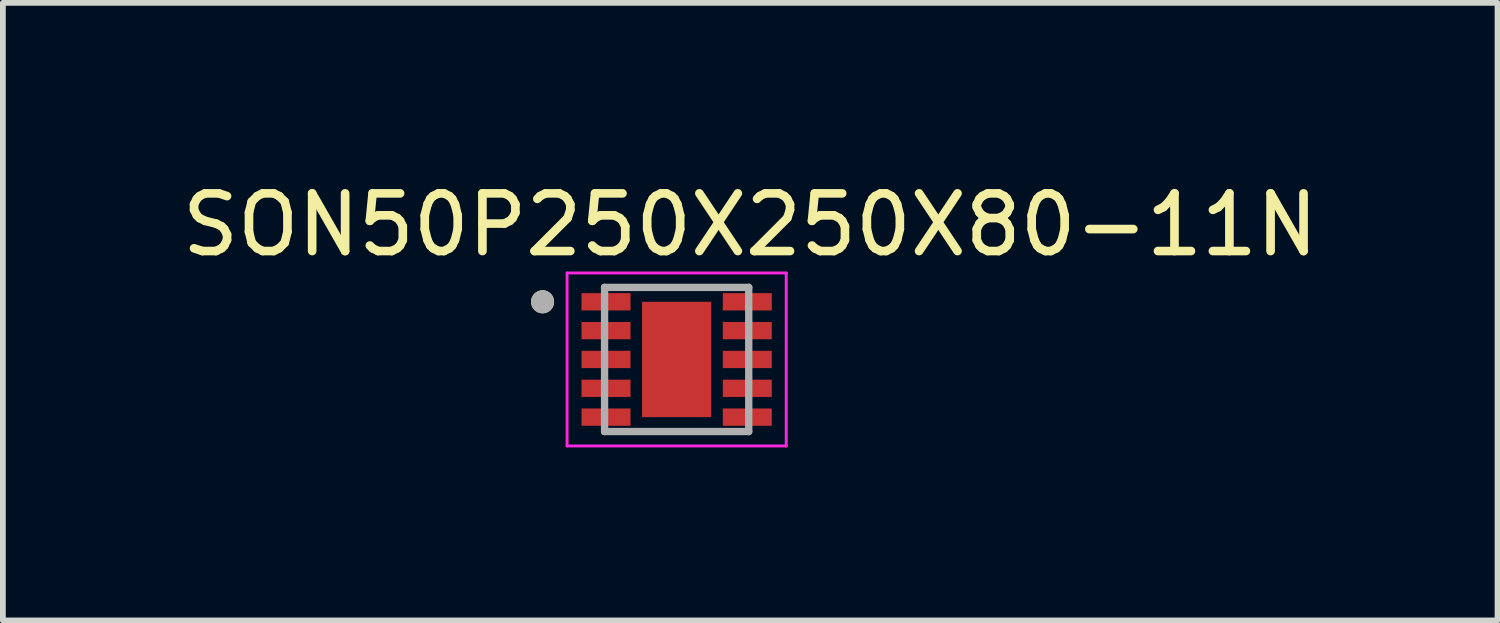
<source format=kicad_pcb>
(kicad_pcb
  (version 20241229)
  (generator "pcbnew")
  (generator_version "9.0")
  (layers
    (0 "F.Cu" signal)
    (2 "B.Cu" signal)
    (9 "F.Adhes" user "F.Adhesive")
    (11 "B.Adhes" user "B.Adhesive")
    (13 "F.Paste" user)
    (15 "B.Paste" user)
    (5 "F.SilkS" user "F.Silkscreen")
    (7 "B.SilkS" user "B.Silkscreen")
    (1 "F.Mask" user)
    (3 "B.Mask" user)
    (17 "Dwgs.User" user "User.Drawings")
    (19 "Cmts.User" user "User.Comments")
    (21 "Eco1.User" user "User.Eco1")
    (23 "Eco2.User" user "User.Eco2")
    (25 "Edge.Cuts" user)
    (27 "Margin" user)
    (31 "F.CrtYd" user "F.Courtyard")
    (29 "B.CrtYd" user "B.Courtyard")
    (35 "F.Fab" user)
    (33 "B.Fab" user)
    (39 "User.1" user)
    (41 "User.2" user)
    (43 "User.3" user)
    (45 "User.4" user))
  (footprint "SON50P250X250X80-11N"
    (layer "F.Cu")
    (at 8.683 3.183)
    (property "Reference" "SON50P250X250X80-11N" (at 1.275 -2.335 0) (layer "F.SilkS") (effects (font (size 1 1) (thickness 0.15))))
    (attr smd)
    (fp_poly (pts (xy -1.7 -1.2) (xy -0.75 -1.2) (xy -0.75 -0.8) (xy -1.7 -0.8)) (stroke (width 0.01) (type solid)) (fill yes) (layer "F.Mask"))
    (fp_poly (pts (xy -1.7 -0.7) (xy -0.75 -0.7) (xy -0.75 -0.3) (xy -1.7 -0.3)) (stroke (width 0.01) (type solid)) (fill yes) (layer "F.Mask"))
    (fp_poly (pts (xy -1.7 -0.2) (xy -0.75 -0.2) (xy -0.75 0.2) (xy -1.7 0.2)) (stroke (width 0.01) (type solid)) (fill yes) (layer "F.Mask"))
    (fp_poly (pts (xy -1.7 0.3) (xy -0.75 0.3) (xy -0.75 0.7) (xy -1.7 0.7)) (stroke (width 0.01) (type solid)) (fill yes) (layer "F.Mask"))
    (fp_poly (pts (xy -1.7 0.8) (xy -0.75 0.8) (xy -0.75 1.2) (xy -1.7 1.2)) (stroke (width 0.01) (type solid)) (fill yes) (layer "F.Mask"))
    (fp_poly (pts (xy -0.65 -1.05) (xy 0.65 -1.05) (xy 0.65 1.05) (xy -0.65 1.05)) (stroke (width 0.01) (type solid)) (fill yes) (layer "F.Mask"))
    (fp_poly (pts (xy 0.75 -1.2) (xy 1.7 -1.2) (xy 1.7 -0.8) (xy 0.75 -0.8)) (stroke (width 0.01) (type solid)) (fill yes) (layer "F.Mask"))
    (fp_poly (pts (xy 0.75 -0.7) (xy 1.7 -0.7) (xy 1.7 -0.3) (xy 0.75 -0.3)) (stroke (width 0.01) (type solid)) (fill yes) (layer "F.Mask"))
    (fp_poly (pts (xy 0.75 -0.2) (xy 1.7 -0.2) (xy 1.7 0.2) (xy 0.75 0.2)) (stroke (width 0.01) (type solid)) (fill yes) (layer "F.Mask"))
    (fp_poly (pts (xy 0.75 0.3) (xy 1.7 0.3) (xy 1.7 0.7) (xy 0.75 0.7)) (stroke (width 0.01) (type solid)) (fill yes) (layer "F.Mask"))
    (fp_poly (pts (xy 0.75 0.8) (xy 1.7 0.8) (xy 1.7 1.2) (xy 0.75 1.2)) (stroke (width 0.01) (type solid)) (fill yes) (layer "F.Mask"))
    (fp_circle (center -2.325 -1) (end -2.225 -1) (stroke (width 0.2) (type solid)) (fill no) (layer "F.SilkS"))
    (fp_poly (pts (xy -0.379 -0.632) (xy 0.379 -0.632) (xy 0.379 0.632) (xy -0.379 0.632)) (stroke (width 0.01) (type solid)) (fill yes) (layer "F.Paste"))
    (fp_line (start -1.9 -1.5) (end -1.9 1.5) (stroke (width 0.05) (type solid)) (layer "F.CrtYd"))
    (fp_line (start -1.9 1.5) (end 1.9 1.5) (stroke (width 0.05) (type solid)) (layer "F.CrtYd"))
    (fp_line (start 1.9 -1.5) (end -1.9 -1.5) (stroke (width 0.05) (type solid)) (layer "F.CrtYd"))
    (fp_line (start 1.9 1.5) (end 1.9 -1.5) (stroke (width 0.05) (type solid)) (layer "F.CrtYd"))
    (fp_line (start -1.25 -1.25) (end 1.25 -1.25) (stroke (width 0.127) (type solid)) (layer "F.Fab"))
    (fp_line (start -1.25 1.25) (end -1.25 -1.25) (stroke (width 0.127) (type solid)) (layer "F.Fab"))
    (fp_line (start 1.25 -1.25) (end 1.25 1.25) (stroke (width 0.127) (type solid)) (layer "F.Fab"))
    (fp_line (start 1.25 1.25) (end -1.25 1.25) (stroke (width 0.127) (type solid)) (layer "F.Fab"))
    (fp_circle (center -2.325 -1) (end -2.225 -1) (stroke (width 0.2) (type solid)) (fill no) (layer "F.Fab"))
    (pad "1" smd rect (at -1.225 -1) (size 0.85 0.3) (layers "F.Cu" "F.Paste"))
    (pad "2" smd rect (at -1.225 -0.5) (size 0.85 0.3) (layers "F.Cu" "F.Paste"))
    (pad "3" smd rect (at -1.225 0) (size 0.85 0.3) (layers "F.Cu" "F.Paste"))
    (pad "4" smd rect (at -1.225 0.5) (size 0.85 0.3) (layers "F.Cu" "F.Paste"))
    (pad "5" smd rect (at -1.225 1) (size 0.85 0.3) (layers "F.Cu" "F.Paste"))
    (pad "6" smd rect (at 1.225 1) (size 0.85 0.3) (layers "F.Cu" "F.Paste"))
    (pad "7" smd rect (at 1.225 0.5) (size 0.85 0.3) (layers "F.Cu" "F.Paste"))
    (pad "8" smd rect (at 1.225 0) (size 0.85 0.3) (layers "F.Cu" "F.Paste"))
    (pad "9" smd rect (at 1.225 -0.5) (size 0.85 0.3) (layers "F.Cu" "F.Paste"))
    (pad "10" smd rect (at 1.225 -1) (size 0.85 0.3) (layers "F.Cu" "F.Paste"))
    (pad "11" smd rect (at 0 0) (size 1.2 2) (layers "F.Cu")))
  (gr_rect
    (start -3 -3)
    (end 22.917 7.708)
    (stroke (width 0.1) (type default))
    (fill no)
    (layer "Edge.Cuts")))
</source>
